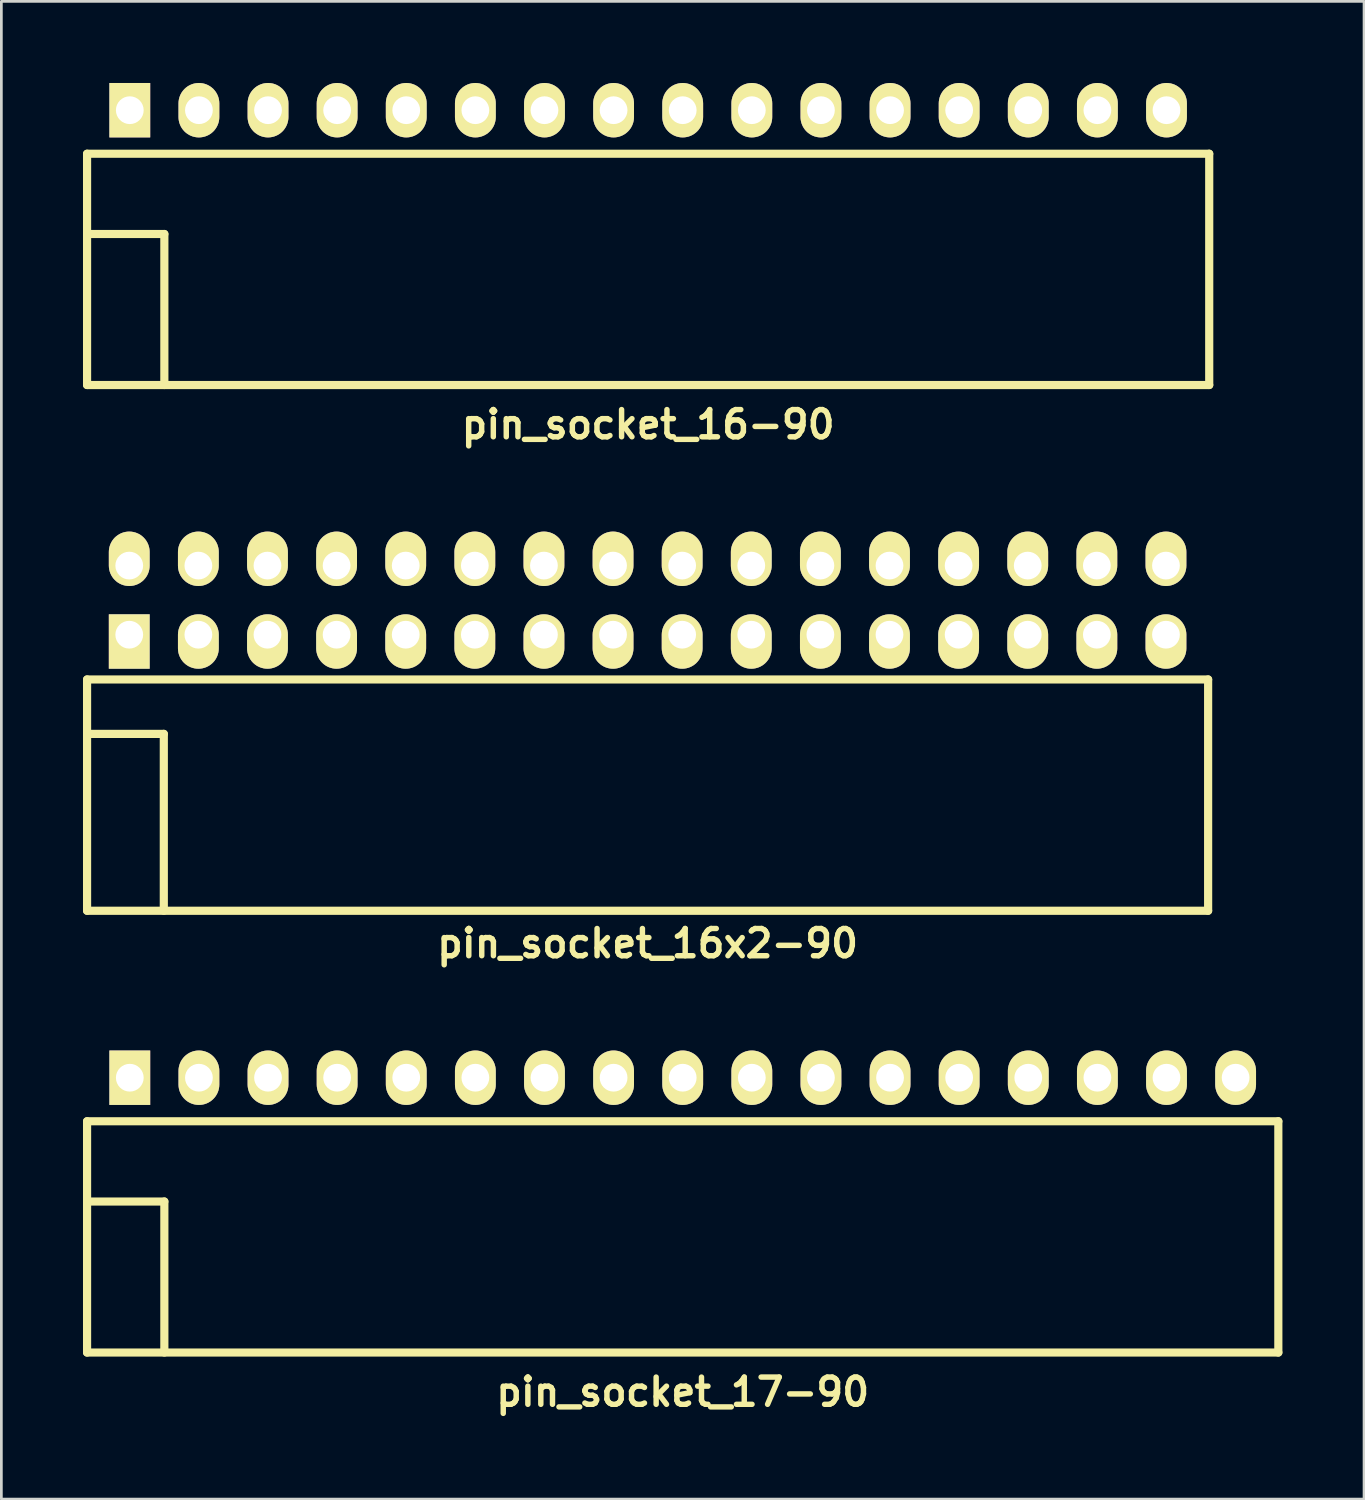
<source format=kicad_pcb>
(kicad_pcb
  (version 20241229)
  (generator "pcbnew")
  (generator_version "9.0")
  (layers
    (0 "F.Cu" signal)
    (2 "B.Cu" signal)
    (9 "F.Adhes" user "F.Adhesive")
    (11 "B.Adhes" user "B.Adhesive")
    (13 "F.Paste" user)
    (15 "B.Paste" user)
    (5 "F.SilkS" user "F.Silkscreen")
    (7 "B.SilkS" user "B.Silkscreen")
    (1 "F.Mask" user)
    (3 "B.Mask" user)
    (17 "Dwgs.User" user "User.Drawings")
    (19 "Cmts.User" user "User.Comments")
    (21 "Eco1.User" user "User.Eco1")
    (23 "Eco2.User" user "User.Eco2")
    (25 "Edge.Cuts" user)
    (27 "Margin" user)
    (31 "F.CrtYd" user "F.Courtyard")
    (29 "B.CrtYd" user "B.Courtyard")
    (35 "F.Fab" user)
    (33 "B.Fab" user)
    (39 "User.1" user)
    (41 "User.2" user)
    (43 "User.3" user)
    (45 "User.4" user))
  (footprint "pin_socket_16-90"
    (layer "F.Cu")
    (at 20.77 5.55)
    (property "Reference" "pin_socket_16-90" (at 0 7 0) (layer "F.SilkS") (effects (font (size 1 1) (thickness 0.2))))
    (attr through_hole)
    (fp_line (start -20.62 -2.95) (end -20.62 5.55) (stroke (width 0.3) (type solid)) (layer "F.SilkS"))
    (fp_line (start -20.62 -2.95) (end 20.62 -2.95) (stroke (width 0.3) (type solid)) (layer "F.SilkS"))
    (fp_line (start -20.62 0) (end -17.78 0) (stroke (width 0.3) (type solid)) (layer "F.SilkS"))
    (fp_line (start -20.62 5.55) (end 20.62 5.55) (stroke (width 0.3) (type solid)) (layer "F.SilkS"))
    (fp_line (start -17.78 0) (end -17.78 5.55) (stroke (width 0.3) (type solid)) (layer "F.SilkS"))
    (fp_line (start 20.62 -2.95) (end 20.62 5.55) (stroke (width 0.3) (type solid)) (layer "F.SilkS"))
    (pad "1" thru_hole rect (at -19.05 -4.55) (size 1.5 2) (drill 1.02) (layers "*.Cu" "*.Mask" "F.SilkS"))
    (pad "2" thru_hole oval (at -16.51 -4.55) (size 1.5 2) (drill 1.02) (layers "*.Cu" "*.Mask" "F.SilkS"))
    (pad "3" thru_hole oval (at -13.97 -4.55) (size 1.5 2) (drill 1.02) (layers "*.Cu" "*.Mask" "F.SilkS"))
    (pad "4" thru_hole oval (at -11.43 -4.55) (size 1.5 2) (drill 1.02) (layers "*.Cu" "*.Mask" "F.SilkS"))
    (pad "5" thru_hole oval (at -8.89 -4.55) (size 1.5 2) (drill 1.02) (layers "*.Cu" "*.Mask" "F.SilkS"))
    (pad "6" thru_hole oval (at -6.35 -4.55) (size 1.5 2) (drill 1.02) (layers "*.Cu" "*.Mask" "F.SilkS"))
    (pad "7" thru_hole oval (at -3.81 -4.55) (size 1.5 2) (drill 1.02) (layers "*.Cu" "*.Mask" "F.SilkS"))
    (pad "8" thru_hole oval (at -1.27 -4.55) (size 1.5 2) (drill 1.02) (layers "*.Cu" "*.Mask" "F.SilkS"))
    (pad "9" thru_hole oval (at 1.27 -4.55) (size 1.5 2) (drill 1.02) (layers "*.Cu" "*.Mask" "F.SilkS"))
    (pad "10" thru_hole oval (at 3.81 -4.55) (size 1.5 2) (drill 1.02) (layers "*.Cu" "*.Mask" "F.SilkS"))
    (pad "12" thru_hole oval (at 8.89 -4.55) (size 1.5 2) (drill 1.02) (layers "*.Cu" "*.Mask" "F.SilkS"))
    (pad "13" thru_hole oval (at 11.43 -4.55) (size 1.5 2) (drill 1.02) (layers "*.Cu" "*.Mask" "F.SilkS"))
    (pad "14" thru_hole oval (at 13.97 -4.55) (size 1.5 2) (drill 1.02) (layers "*.Cu" "*.Mask" "F.SilkS"))
    (pad "15" thru_hole oval (at 16.51 -4.55) (size 1.5 2) (drill 1.02) (layers "*.Cu" "*.Mask" "F.SilkS"))
    (pad "16" thru_hole oval (at 19.05 -4.55) (size 1.5 2) (drill 1.02) (layers "*.Cu" "*.Mask" "F.SilkS"))
    (pad "1121" thru_hole oval (at 6.35 -4.55) (size 1.5 2) (drill 1.02) (layers "*.Cu" "*.Mask" "F.SilkS")))
  (footprint "pin_socket_16x2-90"
    (layer "F.Cu")
    (at 20.75 23.921)
    (property "Reference" "pin_socket_16x2-90" (at 0 7.7 0) (layer "F.SilkS") (effects (font (size 1 1) (thickness 0.2))))
    (attr through_hole)
    (fp_line (start -20.6 -2) (end -20.6 6.5) (stroke (width 0.3) (type solid)) (layer "F.SilkS"))
    (fp_line (start -20.6 -2) (end 20.6 -2) (stroke (width 0.3) (type solid)) (layer "F.SilkS"))
    (fp_line (start -20.6 0) (end -17.78 0) (stroke (width 0.3) (type solid)) (layer "F.SilkS"))
    (fp_line (start -20.6 6.5) (end 20.6 6.5) (stroke (width 0.3) (type solid)) (layer "F.SilkS"))
    (fp_line (start -17.78 0) (end -17.78 6.5) (stroke (width 0.3) (type solid)) (layer "F.SilkS"))
    (fp_line (start 20.6 -2) (end 20.6 6.5) (stroke (width 0.3) (type solid)) (layer "F.SilkS"))
    (pad "1" thru_hole rect (at -19.05 -3.645) (size 1.5 2) (drill 1.02 (offset 0 0.25)) (layers "*.Cu" "*.Mask" "F.SilkS"))
    (pad "2" thru_hole oval (at -19.05 -6.185) (size 1.5 2) (drill 1.02 (offset 0 -0.25)) (layers "*.Cu" "*.Mask" "F.SilkS"))
    (pad "3" thru_hole oval (at -16.51 -3.645) (size 1.5 2) (drill 1.02 (offset 0 0.25)) (layers "*.Cu" "*.Mask" "F.SilkS"))
    (pad "4" thru_hole oval (at -16.51 -6.185) (size 1.5 2) (drill 1.02 (offset 0 -0.25)) (layers "*.Cu" "*.Mask" "F.SilkS"))
    (pad "5" thru_hole oval (at -13.97 -3.645) (size 1.5 2) (drill 1.02 (offset 0 0.25)) (layers "*.Cu" "*.Mask" "F.SilkS"))
    (pad "6" thru_hole oval (at -13.97 -6.185) (size 1.5 2) (drill 1.02 (offset 0 -0.25)) (layers "*.Cu" "*.Mask" "F.SilkS"))
    (pad "7" thru_hole oval (at -11.43 -3.645) (size 1.5 2) (drill 1.02 (offset 0 0.25)) (layers "*.Cu" "*.Mask" "F.SilkS"))
    (pad "8" thru_hole oval (at -11.43 -6.185) (size 1.5 2) (drill 1.02 (offset 0 -0.25)) (layers "*.Cu" "*.Mask" "F.SilkS"))
    (pad "9" thru_hole oval (at -8.89 -3.645) (size 1.5 2) (drill 1.02 (offset 0 0.25)) (layers "*.Cu" "*.Mask" "F.SilkS"))
    (pad "10" thru_hole oval (at -8.89 -6.185) (size 1.5 2) (drill 1.02 (offset 0 -0.25)) (layers "*.Cu" "*.Mask" "F.SilkS"))
    (pad "11" thru_hole oval (at -6.35 -3.645) (size 1.5 2) (drill 1.02 (offset 0 0.25)) (layers "*.Cu" "*.Mask" "F.SilkS"))
    (pad "12" thru_hole oval (at -6.35 -6.185) (size 1.5 2) (drill 1.02 (offset 0 -0.25)) (layers "*.Cu" "*.Mask" "F.SilkS"))
    (pad "13" thru_hole oval (at -3.81 -3.645) (size 1.5 2) (drill 1.02 (offset 0 0.25)) (layers "*.Cu" "*.Mask" "F.SilkS"))
    (pad "14" thru_hole oval (at -3.81 -6.185) (size 1.5 2) (drill 1.02 (offset 0 -0.25)) (layers "*.Cu" "*.Mask" "F.SilkS"))
    (pad "15" thru_hole oval (at -1.27 -3.645) (size 1.5 2) (drill 1.02 (offset 0 0.25)) (layers "*.Cu" "*.Mask" "F.SilkS"))
    (pad "16" thru_hole oval (at -1.27 -6.185) (size 1.5 2) (drill 1.02 (offset 0 -0.25)) (layers "*.Cu" "*.Mask" "F.SilkS"))
    (pad "17" thru_hole oval (at 1.27 -3.645) (size 1.5 2) (drill 1.02 (offset 0 0.25)) (layers "*.Cu" "*.Mask" "F.SilkS"))
    (pad "18" thru_hole oval (at 1.27 -6.185) (size 1.5 2) (drill 1.02 (offset 0 -0.25)) (layers "*.Cu" "*.Mask" "F.SilkS"))
    (pad "19" thru_hole oval (at 3.81 -3.645) (size 1.5 2) (drill 1.02 (offset 0 0.25)) (layers "*.Cu" "*.Mask" "F.SilkS"))
    (pad "20" thru_hole oval (at 3.81 -6.185) (size 1.5 2) (drill 1.02 (offset 0 -0.25)) (layers "*.Cu" "*.Mask" "F.SilkS"))
    (pad "21" thru_hole oval (at 6.35 -3.645) (size 1.5 2) (drill 1.02 (offset 0 0.25)) (layers "*.Cu" "*.Mask" "F.SilkS"))
    (pad "22" thru_hole oval (at 6.35 -6.185) (size 1.5 2) (drill 1.02 (offset 0 -0.25)) (layers "*.Cu" "*.Mask" "F.SilkS"))
    (pad "23" thru_hole oval (at 8.89 -3.645) (size 1.5 2) (drill 1.02 (offset 0 0.25)) (layers "*.Cu" "*.Mask" "F.SilkS"))
    (pad "24" thru_hole oval (at 8.89 -6.185) (size 1.5 2) (drill 1.02 (offset 0 -0.25)) (layers "*.Cu" "*.Mask" "F.SilkS"))
    (pad "25" thru_hole oval (at 11.43 -3.645) (size 1.5 2) (drill 1.02 (offset 0 0.25)) (layers "*.Cu" "*.Mask" "F.SilkS"))
    (pad "26" thru_hole oval (at 11.43 -6.185) (size 1.5 2) (drill 1.02 (offset 0 -0.25)) (layers "*.Cu" "*.Mask" "F.SilkS"))
    (pad "27" thru_hole oval (at 13.97 -3.645) (size 1.5 2) (drill 1.02 (offset 0 0.25)) (layers "*.Cu" "*.Mask" "F.SilkS"))
    (pad "28" thru_hole oval (at 13.97 -6.185) (size 1.5 2) (drill 1.02 (offset 0 -0.25)) (layers "*.Cu" "*.Mask" "F.SilkS"))
    (pad "29" thru_hole oval (at 16.51 -3.645) (size 1.5 2) (drill 1.02 (offset 0 0.25)) (layers "*.Cu" "*.Mask" "F.SilkS"))
    (pad "30" thru_hole oval (at 16.51 -6.185) (size 1.5 2) (drill 1.02 (offset 0 -0.25)) (layers "*.Cu" "*.Mask" "F.SilkS"))
    (pad "31" thru_hole oval (at 19.05 -3.645) (size 1.5 2) (drill 1.02 (offset 0 0.25)) (layers "*.Cu" "*.Mask" "F.SilkS"))
    (pad "32" thru_hole oval (at 19.05 -6.185) (size 1.5 2) (drill 1.02 (offset 0 -0.25)) (layers "*.Cu" "*.Mask" "F.SilkS")))
  (footprint "pin_socket_17-90"
    (layer "F.Cu")
    (at 22.04 41.107)
    (property "Reference" "pin_socket_17-90" (at 0 7 0) (layer "F.SilkS") (effects (font (size 1 1) (thickness 0.2))))
    (attr through_hole)
    (fp_line (start -21.89 -2.95) (end -21.89 5.55) (stroke (width 0.3) (type solid)) (layer "F.SilkS"))
    (fp_line (start -21.89 -2.95) (end 21.89 -2.95) (stroke (width 0.3) (type solid)) (layer "F.SilkS"))
    (fp_line (start -21.89 0) (end -19.05 0) (stroke (width 0.3) (type solid)) (layer "F.SilkS"))
    (fp_line (start -21.89 5.55) (end 21.89 5.55) (stroke (width 0.3) (type solid)) (layer "F.SilkS"))
    (fp_line (start -19.05 0) (end -19.05 5.55) (stroke (width 0.3) (type solid)) (layer "F.SilkS"))
    (fp_line (start 21.89 -2.95) (end 21.89 5.55) (stroke (width 0.3) (type solid)) (layer "F.SilkS"))
    (pad "1" thru_hole rect (at -20.32 -4.55) (size 1.5 2) (drill 1.02) (layers "*.Cu" "*.Mask" "F.SilkS"))
    (pad "2" thru_hole oval (at -17.78 -4.55) (size 1.5 2) (drill 1.02) (layers "*.Cu" "*.Mask" "F.SilkS"))
    (pad "3" thru_hole oval (at -15.24 -4.55) (size 1.5 2) (drill 1.02) (layers "*.Cu" "*.Mask" "F.SilkS"))
    (pad "4" thru_hole oval (at -12.7 -4.55) (size 1.5 2) (drill 1.02) (layers "*.Cu" "*.Mask" "F.SilkS"))
    (pad "5" thru_hole oval (at -10.16 -4.55) (size 1.5 2) (drill 1.02) (layers "*.Cu" "*.Mask" "F.SilkS"))
    (pad "6" thru_hole oval (at -7.62 -4.55) (size 1.5 2) (drill 1.02) (layers "*.Cu" "*.Mask" "F.SilkS"))
    (pad "7" thru_hole oval (at -5.08 -4.55) (size 1.5 2) (drill 1.02) (layers "*.Cu" "*.Mask" "F.SilkS"))
    (pad "8" thru_hole oval (at -2.54 -4.55) (size 1.5 2) (drill 1.02) (layers "*.Cu" "*.Mask" "F.SilkS"))
    (pad "9" thru_hole oval (at 0 -4.55) (size 1.5 2) (drill 1.02) (layers "*.Cu" "*.Mask" "F.SilkS"))
    (pad "10" thru_hole oval (at 2.54 -4.55) (size 1.5 2) (drill 1.02) (layers "*.Cu" "*.Mask" "F.SilkS"))
    (pad "12" thru_hole oval (at 7.62 -4.55) (size 1.5 2) (drill 1.02) (layers "*.Cu" "*.Mask" "F.SilkS"))
    (pad "13" thru_hole oval (at 10.16 -4.55) (size 1.5 2) (drill 1.02) (layers "*.Cu" "*.Mask" "F.SilkS"))
    (pad "14" thru_hole oval (at 12.7 -4.55) (size 1.5 2) (drill 1.02) (layers "*.Cu" "*.Mask" "F.SilkS"))
    (pad "15" thru_hole oval (at 15.24 -4.55) (size 1.5 2) (drill 1.02) (layers "*.Cu" "*.Mask" "F.SilkS"))
    (pad "16" thru_hole oval (at 17.78 -4.55) (size 1.5 2) (drill 1.02) (layers "*.Cu" "*.Mask" "F.SilkS"))
    (pad "17" thru_hole oval (at 20.32 -4.55) (size 1.5 2) (drill 1.02) (layers "*.Cu" "*.Mask" "F.SilkS"))
    (pad "1121" thru_hole oval (at 5.08 -4.55) (size 1.5 2) (drill 1.02) (layers "*.Cu" "*.Mask" "F.SilkS")))
  (gr_rect
    (start -3 -3)
    (end 47.08 52.043)
    (stroke (width 0.1) (type default))
    (fill no)
    (layer "Edge.Cuts")))
</source>
